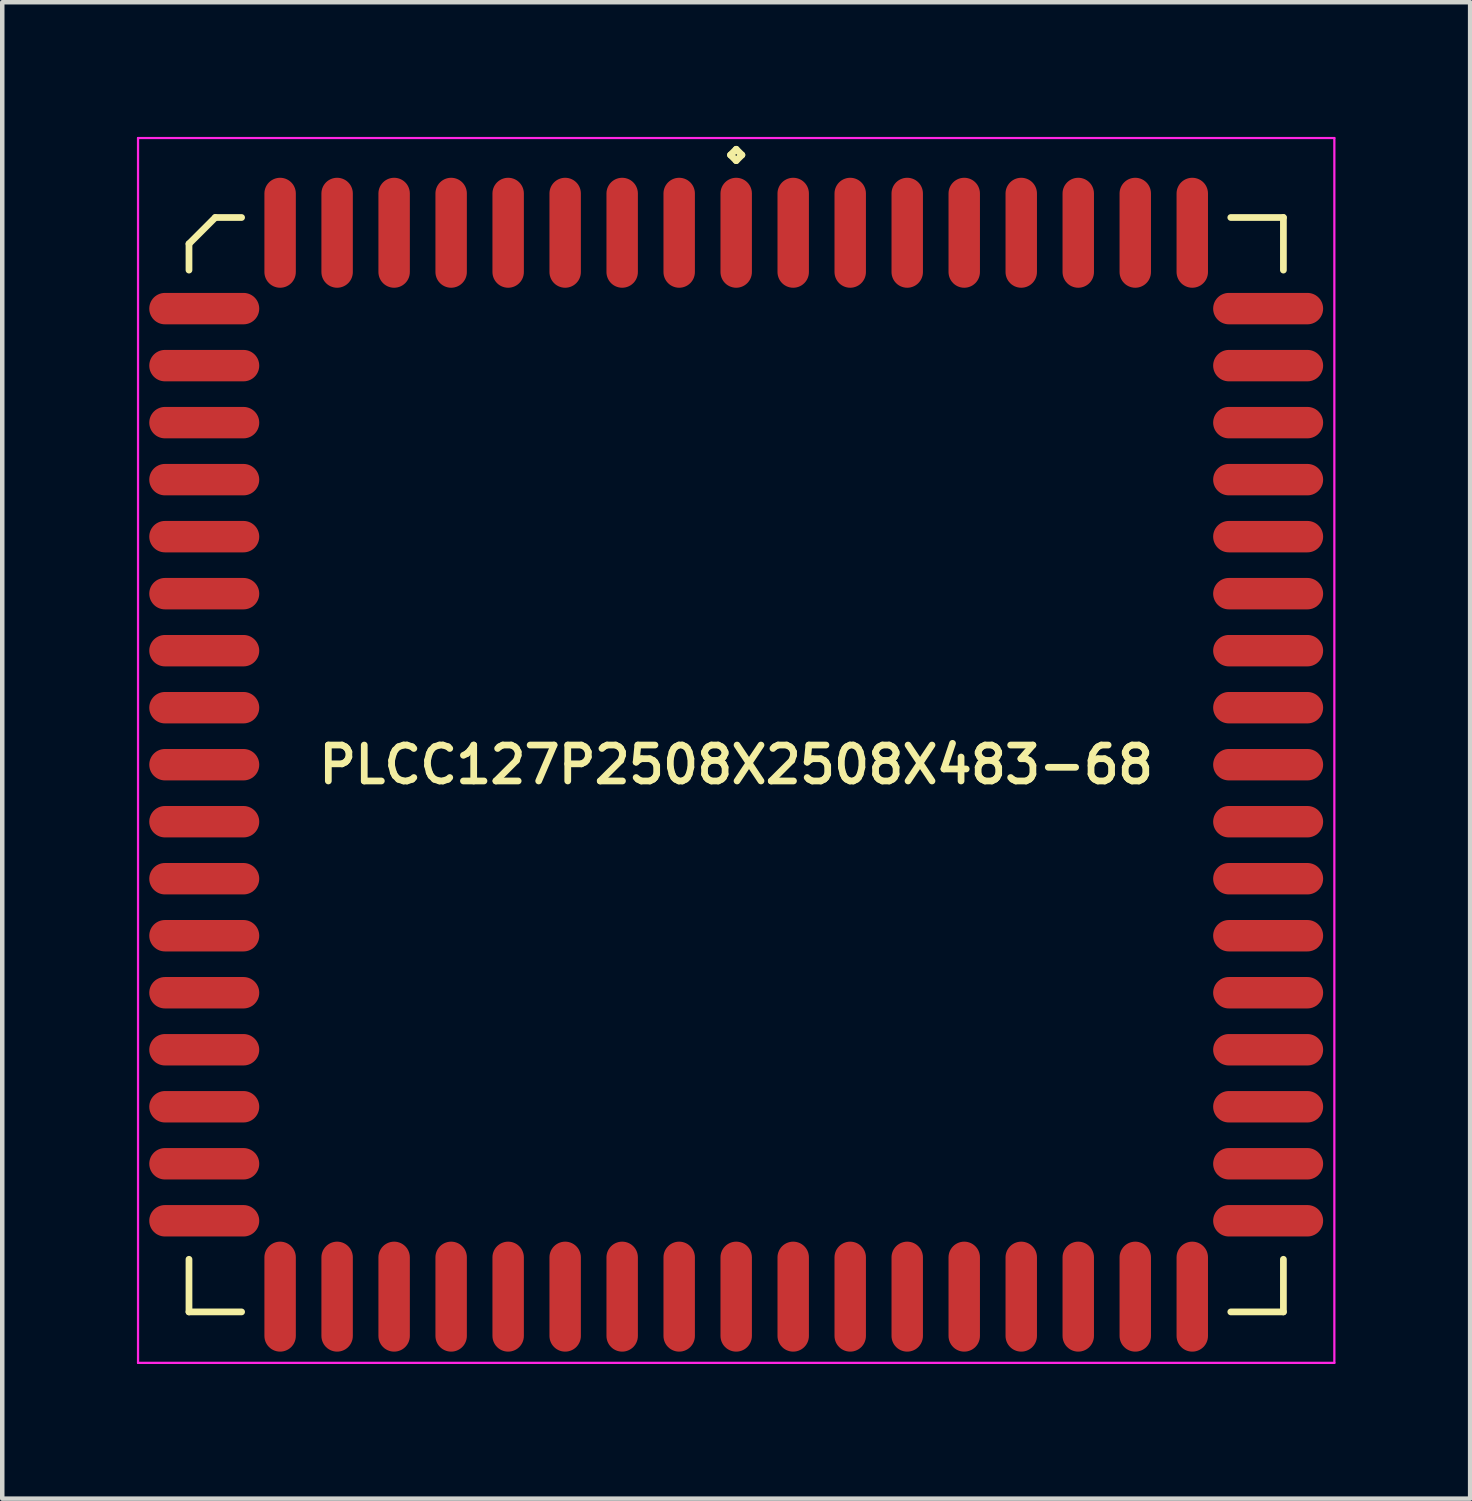
<source format=kicad_pcb>
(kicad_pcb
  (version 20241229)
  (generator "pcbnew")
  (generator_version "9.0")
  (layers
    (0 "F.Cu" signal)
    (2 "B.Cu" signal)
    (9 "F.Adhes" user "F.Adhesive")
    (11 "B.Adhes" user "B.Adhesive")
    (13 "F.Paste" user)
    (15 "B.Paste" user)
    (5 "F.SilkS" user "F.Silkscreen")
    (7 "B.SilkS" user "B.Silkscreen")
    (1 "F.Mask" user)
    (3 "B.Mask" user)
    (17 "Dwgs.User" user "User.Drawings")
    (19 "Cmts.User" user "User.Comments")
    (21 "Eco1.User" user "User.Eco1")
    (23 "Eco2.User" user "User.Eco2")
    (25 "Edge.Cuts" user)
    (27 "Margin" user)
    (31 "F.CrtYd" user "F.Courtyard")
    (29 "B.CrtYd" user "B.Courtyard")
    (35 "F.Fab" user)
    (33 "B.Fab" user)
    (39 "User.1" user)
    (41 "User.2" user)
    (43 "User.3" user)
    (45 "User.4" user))
  (footprint "PLCC127P2508X2508X483-68"
    (layer "F.Cu")
    (at 13.35 13.985)
    (property "Reference" "PLCC127P2508X2508X483-68" (at 0 0 0) (layer "F.SilkS") (effects (font (size 0.8 0.8) (thickness 0.15))))
    (attr smd)
    (fp_line (start -12.19 -11.604) (end -11.604 -12.19) (stroke (width 0.15) (type solid)) (layer "F.SilkS"))
    (fp_line (start -12.19 -11.018) (end -12.19 -11.604) (stroke (width 0.15) (type solid)) (layer "F.SilkS"))
    (fp_line (start -12.19 11.018) (end -12.19 12.19) (stroke (width 0.15) (type solid)) (layer "F.SilkS"))
    (fp_line (start -12.19 12.19) (end -11.018 12.19) (stroke (width 0.15) (type solid)) (layer "F.SilkS"))
    (fp_line (start -11.604 -12.19) (end -11.018 -12.19) (stroke (width 0.15) (type solid)) (layer "F.SilkS"))
    (fp_line (start -0.127 -13.583) (end 0 -13.71) (stroke (width 0.15) (type solid)) (layer "F.SilkS"))
    (fp_line (start 0 -13.71) (end 0.127 -13.583) (stroke (width 0.15) (type solid)) (layer "F.SilkS"))
    (fp_line (start 0 -13.456) (end -0.127 -13.583) (stroke (width 0.15) (type solid)) (layer "F.SilkS"))
    (fp_line (start 0.127 -13.583) (end 0 -13.456) (stroke (width 0.15) (type solid)) (layer "F.SilkS"))
    (fp_line (start 12.19 -12.19) (end 11.018 -12.19) (stroke (width 0.15) (type solid)) (layer "F.SilkS"))
    (fp_line (start 12.19 -11.018) (end 12.19 -12.19) (stroke (width 0.15) (type solid)) (layer "F.SilkS"))
    (fp_line (start 12.19 11.018) (end 12.19 12.19) (stroke (width 0.15) (type solid)) (layer "F.SilkS"))
    (fp_line (start 12.19 12.19) (end 11.018 12.19) (stroke (width 0.15) (type solid)) (layer "F.SilkS"))
    (fp_line (start -13.325 -13.96) (end 13.325 -13.96) (stroke (width 0.05) (type solid)) (layer "F.CrtYd"))
    (fp_line (start -13.325 13.325) (end -13.325 -13.96) (stroke (width 0.05) (type solid)) (layer "F.CrtYd"))
    (fp_line (start 13.325 -13.96) (end 13.325 13.325) (stroke (width 0.05) (type solid)) (layer "F.CrtYd"))
    (fp_line (start 13.325 13.325) (end -13.325 13.325) (stroke (width 0.05) (type solid)) (layer "F.CrtYd"))
    (pad "1" smd oval (at 0 -11.85) (size 0.7 2.45) (layers "F.Cu" "F.Mask" "F.Paste"))
    (pad "2" smd oval (at -1.27 -11.85) (size 0.7 2.45) (layers "F.Cu" "F.Mask" "F.Paste"))
    (pad "3" smd oval (at -2.54 -11.85) (size 0.7 2.45) (layers "F.Cu" "F.Mask" "F.Paste"))
    (pad "4" smd oval (at -3.81 -11.85) (size 0.7 2.45) (layers "F.Cu" "F.Mask" "F.Paste"))
    (pad "5" smd oval (at -5.08 -11.85) (size 0.7 2.45) (layers "F.Cu" "F.Mask" "F.Paste"))
    (pad "6" smd oval (at -6.35 -11.85) (size 0.7 2.45) (layers "F.Cu" "F.Mask" "F.Paste"))
    (pad "7" smd oval (at -7.62 -11.85) (size 0.7 2.45) (layers "F.Cu" "F.Mask" "F.Paste"))
    (pad "8" smd oval (at -8.89 -11.85) (size 0.7 2.45) (layers "F.Cu" "F.Mask" "F.Paste"))
    (pad "9" smd oval (at -10.16 -11.85) (size 0.7 2.45) (layers "F.Cu" "F.Mask" "F.Paste"))
    (pad "10" smd oval (at -11.85 -10.16) (size 2.45 0.7) (layers "F.Cu" "F.Mask" "F.Paste"))
    (pad "11" smd oval (at -11.85 -8.89) (size 2.45 0.7) (layers "F.Cu" "F.Mask" "F.Paste"))
    (pad "12" smd oval (at -11.85 -7.62) (size 2.45 0.7) (layers "F.Cu" "F.Mask" "F.Paste"))
    (pad "13" smd oval (at -11.85 -6.35) (size 2.45 0.7) (layers "F.Cu" "F.Mask" "F.Paste"))
    (pad "14" smd oval (at -11.85 -5.08) (size 2.45 0.7) (layers "F.Cu" "F.Mask" "F.Paste"))
    (pad "15" smd oval (at -11.85 -3.81) (size 2.45 0.7) (layers "F.Cu" "F.Mask" "F.Paste"))
    (pad "16" smd oval (at -11.85 -2.54) (size 2.45 0.7) (layers "F.Cu" "F.Mask" "F.Paste"))
    (pad "17" smd oval (at -11.85 -1.27) (size 2.45 0.7) (layers "F.Cu" "F.Mask" "F.Paste"))
    (pad "18" smd oval (at -11.85 0) (size 2.45 0.7) (layers "F.Cu" "F.Mask" "F.Paste"))
    (pad "19" smd oval (at -11.85 1.27) (size 2.45 0.7) (layers "F.Cu" "F.Mask" "F.Paste"))
    (pad "20" smd oval (at -11.85 2.54) (size 2.45 0.7) (layers "F.Cu" "F.Mask" "F.Paste"))
    (pad "21" smd oval (at -11.85 3.81) (size 2.45 0.7) (layers "F.Cu" "F.Mask" "F.Paste"))
    (pad "22" smd oval (at -11.85 5.08) (size 2.45 0.7) (layers "F.Cu" "F.Mask" "F.Paste"))
    (pad "23" smd oval (at -11.85 6.35) (size 2.45 0.7) (layers "F.Cu" "F.Mask" "F.Paste"))
    (pad "24" smd oval (at -11.85 7.62) (size 2.45 0.7) (layers "F.Cu" "F.Mask" "F.Paste"))
    (pad "25" smd oval (at -11.85 8.89) (size 2.45 0.7) (layers "F.Cu" "F.Mask" "F.Paste"))
    (pad "26" smd oval (at -11.85 10.16) (size 2.45 0.7) (layers "F.Cu" "F.Mask" "F.Paste"))
    (pad "27" smd oval (at -10.16 11.85) (size 0.7 2.45) (layers "F.Cu" "F.Mask" "F.Paste"))
    (pad "28" smd oval (at -8.89 11.85) (size 0.7 2.45) (layers "F.Cu" "F.Mask" "F.Paste"))
    (pad "29" smd oval (at -7.62 11.85) (size 0.7 2.45) (layers "F.Cu" "F.Mask" "F.Paste"))
    (pad "30" smd oval (at -6.35 11.85) (size 0.7 2.45) (layers "F.Cu" "F.Mask" "F.Paste"))
    (pad "31" smd oval (at -5.08 11.85) (size 0.7 2.45) (layers "F.Cu" "F.Mask" "F.Paste"))
    (pad "32" smd oval (at -3.81 11.85) (size 0.7 2.45) (layers "F.Cu" "F.Mask" "F.Paste"))
    (pad "33" smd oval (at -2.54 11.85) (size 0.7 2.45) (layers "F.Cu" "F.Mask" "F.Paste"))
    (pad "34" smd oval (at -1.27 11.85) (size 0.7 2.45) (layers "F.Cu" "F.Mask" "F.Paste"))
    (pad "35" smd oval (at 0 11.85) (size 0.7 2.45) (layers "F.Cu" "F.Mask" "F.Paste"))
    (pad "36" smd oval (at 1.27 11.85) (size 0.7 2.45) (layers "F.Cu" "F.Mask" "F.Paste"))
    (pad "37" smd oval (at 2.54 11.85) (size 0.7 2.45) (layers "F.Cu" "F.Mask" "F.Paste"))
    (pad "38" smd oval (at 3.81 11.85) (size 0.7 2.45) (layers "F.Cu" "F.Mask" "F.Paste"))
    (pad "39" smd oval (at 5.08 11.85) (size 0.7 2.45) (layers "F.Cu" "F.Mask" "F.Paste"))
    (pad "40" smd oval (at 6.35 11.85) (size 0.7 2.45) (layers "F.Cu" "F.Mask" "F.Paste"))
    (pad "41" smd oval (at 7.62 11.85) (size 0.7 2.45) (layers "F.Cu" "F.Mask" "F.Paste"))
    (pad "42" smd oval (at 8.89 11.85) (size 0.7 2.45) (layers "F.Cu" "F.Mask" "F.Paste"))
    (pad "43" smd oval (at 10.16 11.85) (size 0.7 2.45) (layers "F.Cu" "F.Mask" "F.Paste"))
    (pad "44" smd oval (at 11.85 10.16) (size 2.45 0.7) (layers "F.Cu" "F.Mask" "F.Paste"))
    (pad "45" smd oval (at 11.85 8.89) (size 2.45 0.7) (layers "F.Cu" "F.Mask" "F.Paste"))
    (pad "46" smd oval (at 11.85 7.62) (size 2.45 0.7) (layers "F.Cu" "F.Mask" "F.Paste"))
    (pad "47" smd oval (at 11.85 6.35) (size 2.45 0.7) (layers "F.Cu" "F.Mask" "F.Paste"))
    (pad "48" smd oval (at 11.85 5.08) (size 2.45 0.7) (layers "F.Cu" "F.Mask" "F.Paste"))
    (pad "49" smd oval (at 11.85 3.81) (size 2.45 0.7) (layers "F.Cu" "F.Mask" "F.Paste"))
    (pad "50" smd oval (at 11.85 2.54) (size 2.45 0.7) (layers "F.Cu" "F.Mask" "F.Paste"))
    (pad "51" smd oval (at 11.85 1.27) (size 2.45 0.7) (layers "F.Cu" "F.Mask" "F.Paste"))
    (pad "52" smd oval (at 11.85 0) (size 2.45 0.7) (layers "F.Cu" "F.Mask" "F.Paste"))
    (pad "53" smd oval (at 11.85 -1.27) (size 2.45 0.7) (layers "F.Cu" "F.Mask" "F.Paste"))
    (pad "54" smd oval (at 11.85 -2.54) (size 2.45 0.7) (layers "F.Cu" "F.Mask" "F.Paste"))
    (pad "55" smd oval (at 11.85 -3.81) (size 2.45 0.7) (layers "F.Cu" "F.Mask" "F.Paste"))
    (pad "56" smd oval (at 11.85 -5.08) (size 2.45 0.7) (layers "F.Cu" "F.Mask" "F.Paste"))
    (pad "57" smd oval (at 11.85 -6.35) (size 2.45 0.7) (layers "F.Cu" "F.Mask" "F.Paste"))
    (pad "58" smd oval (at 11.85 -7.62) (size 2.45 0.7) (layers "F.Cu" "F.Mask" "F.Paste"))
    (pad "59" smd oval (at 11.85 -8.89) (size 2.45 0.7) (layers "F.Cu" "F.Mask" "F.Paste"))
    (pad "60" smd oval (at 11.85 -10.16) (size 2.45 0.7) (layers "F.Cu" "F.Mask" "F.Paste"))
    (pad "61" smd oval (at 10.16 -11.85) (size 0.7 2.45) (layers "F.Cu" "F.Mask" "F.Paste"))
    (pad "62" smd oval (at 8.89 -11.85) (size 0.7 2.45) (layers "F.Cu" "F.Mask" "F.Paste"))
    (pad "63" smd oval (at 7.62 -11.85) (size 0.7 2.45) (layers "F.Cu" "F.Mask" "F.Paste"))
    (pad "64" smd oval (at 6.35 -11.85) (size 0.7 2.45) (layers "F.Cu" "F.Mask" "F.Paste"))
    (pad "65" smd oval (at 5.08 -11.85) (size 0.7 2.45) (layers "F.Cu" "F.Mask" "F.Paste"))
    (pad "66" smd oval (at 3.81 -11.85) (size 0.7 2.45) (layers "F.Cu" "F.Mask" "F.Paste"))
    (pad "67" smd oval (at 2.54 -11.85) (size 0.7 2.45) (layers "F.Cu" "F.Mask" "F.Paste"))
    (pad "68" smd oval (at 1.27 -11.85) (size 0.7 2.45) (layers "F.Cu" "F.Mask" "F.Paste")))
  (gr_rect
    (start -3 -3)
    (end 29.7 30.335)
    (stroke (width 0.1) (type default))
    (fill no)
    (layer "Edge.Cuts")))
</source>
